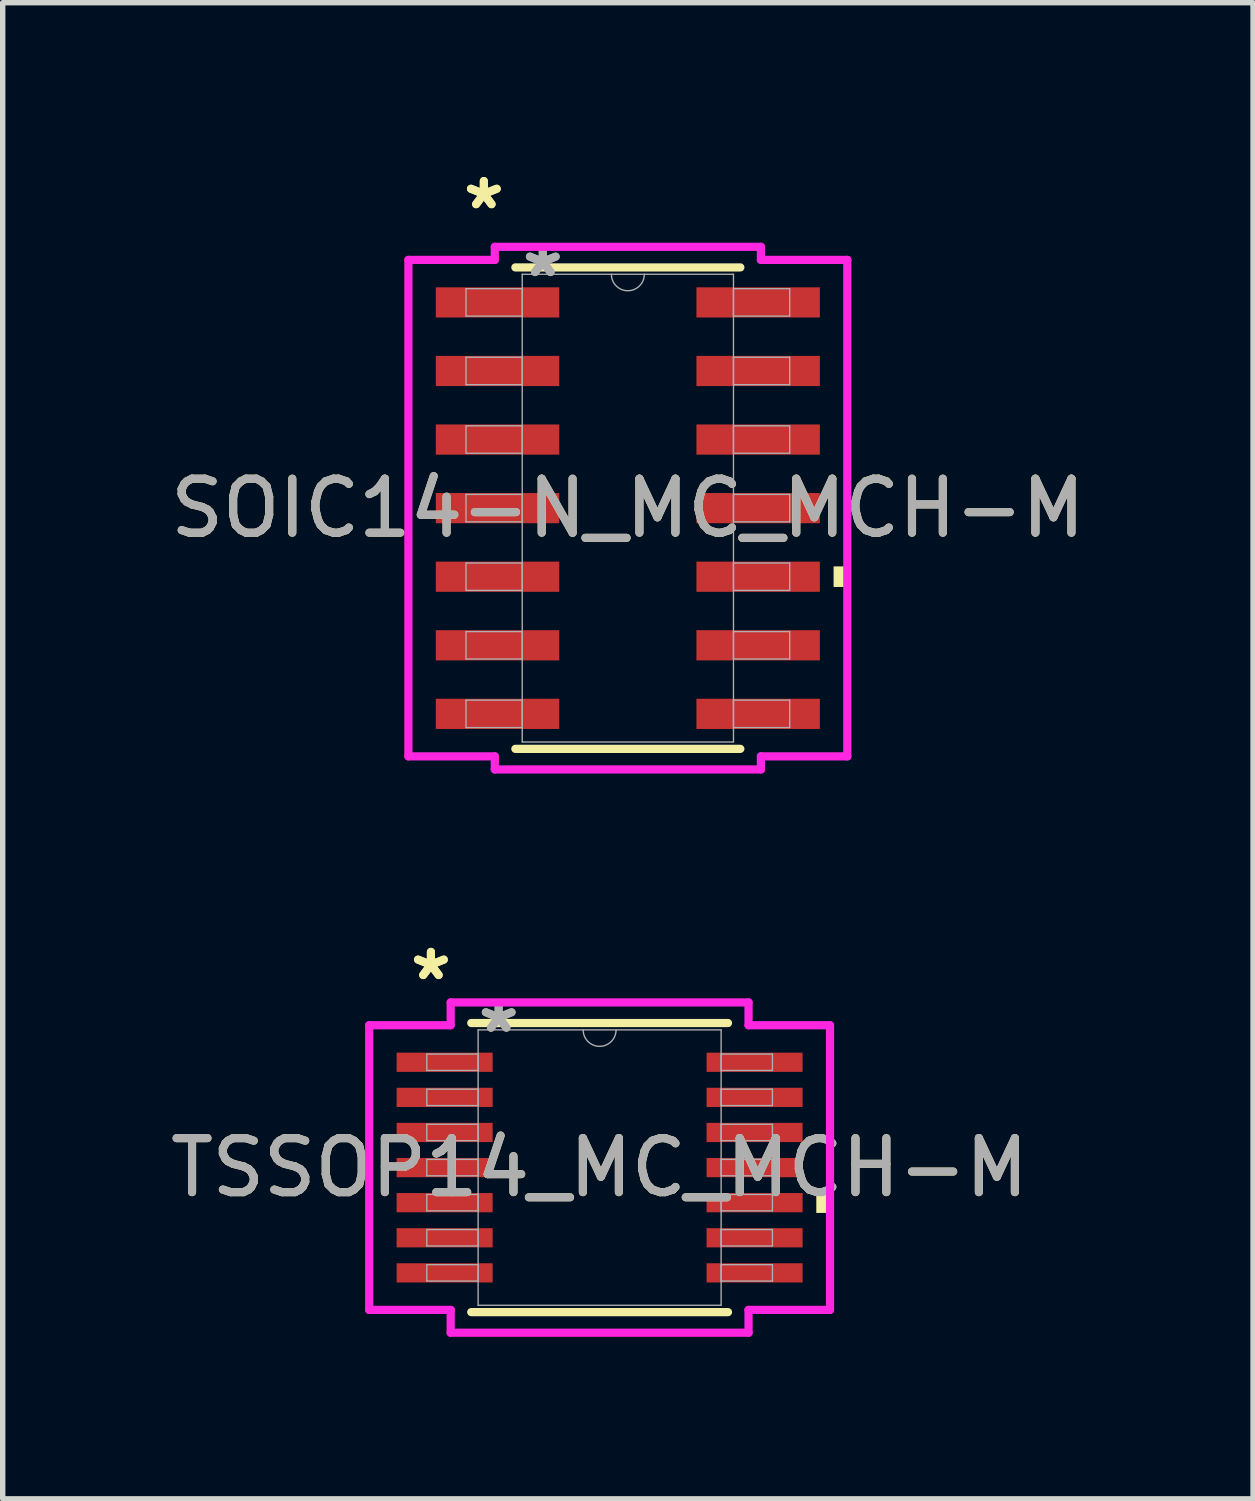
<source format=kicad_pcb>
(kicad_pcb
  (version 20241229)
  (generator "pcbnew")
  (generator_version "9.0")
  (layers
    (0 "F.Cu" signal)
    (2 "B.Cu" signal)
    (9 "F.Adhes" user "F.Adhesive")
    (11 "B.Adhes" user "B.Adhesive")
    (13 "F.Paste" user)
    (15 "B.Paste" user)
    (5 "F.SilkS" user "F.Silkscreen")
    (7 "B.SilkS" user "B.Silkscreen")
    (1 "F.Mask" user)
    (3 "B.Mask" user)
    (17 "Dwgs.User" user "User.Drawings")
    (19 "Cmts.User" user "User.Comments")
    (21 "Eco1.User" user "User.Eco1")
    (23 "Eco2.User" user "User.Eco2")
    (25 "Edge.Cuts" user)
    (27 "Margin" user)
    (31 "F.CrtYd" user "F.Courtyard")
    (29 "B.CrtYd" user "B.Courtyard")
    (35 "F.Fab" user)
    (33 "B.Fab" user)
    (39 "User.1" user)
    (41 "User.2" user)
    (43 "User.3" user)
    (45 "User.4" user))
  (footprint "TSSOP14_MC_MCH-M"
    (layer "F.Cu")
    (at 8.054 18.572)
    (property "Reference" "TSSOP14_MC_MCH-M" (at 0 0 0) (unlocked yes) (layer "F.SilkS") (effects (font (size 1 1) (thickness 0.15))))
    (attr smd)
    (fp_line (start -2.377 2.677) (end 2.377 2.677) (stroke (width 0.152) (type solid)) (layer "F.SilkS"))
    (fp_line (start 2.377 -2.677) (end -2.377 -2.677) (stroke (width 0.152) (type solid)) (layer "F.SilkS"))
    (fp_poly (pts (xy 4.267 0.459) (xy 4.267 0.84) (xy 4.013 0.84) (xy 4.013 0.459)) (stroke (width 0) (type solid)) (fill yes) (layer "F.SilkS"))
    (fp_line (start -4.267 -2.636) (end -2.758 -2.636) (stroke (width 0.152) (type solid)) (layer "F.CrtYd"))
    (fp_line (start -4.267 2.636) (end -4.267 -2.636) (stroke (width 0.152) (type solid)) (layer "F.CrtYd"))
    (fp_line (start -4.267 2.636) (end -2.758 2.636) (stroke (width 0.152) (type solid)) (layer "F.CrtYd"))
    (fp_line (start -2.758 -3.058) (end 2.758 -3.058) (stroke (width 0.152) (type solid)) (layer "F.CrtYd"))
    (fp_line (start -2.758 -2.636) (end -2.758 -3.058) (stroke (width 0.152) (type solid)) (layer "F.CrtYd"))
    (fp_line (start -2.758 3.058) (end -2.758 2.636) (stroke (width 0.152) (type solid)) (layer "F.CrtYd"))
    (fp_line (start 2.758 -3.058) (end 2.758 -2.636) (stroke (width 0.152) (type solid)) (layer "F.CrtYd"))
    (fp_line (start 2.758 2.636) (end 2.758 3.058) (stroke (width 0.152) (type solid)) (layer "F.CrtYd"))
    (fp_line (start 2.758 3.058) (end -2.758 3.058) (stroke (width 0.152) (type solid)) (layer "F.CrtYd"))
    (fp_line (start 4.267 -2.636) (end 2.758 -2.636) (stroke (width 0.152) (type solid)) (layer "F.CrtYd"))
    (fp_line (start 4.267 -2.636) (end 4.267 2.636) (stroke (width 0.152) (type solid)) (layer "F.CrtYd"))
    (fp_line (start 4.267 2.636) (end 2.758 2.636) (stroke (width 0.152) (type solid)) (layer "F.CrtYd"))
    (fp_line (start -3.2 -2.102) (end -3.2 -1.798) (stroke (width 0.025) (type solid)) (layer "F.Fab"))
    (fp_line (start -3.2 -1.798) (end -2.25 -1.798) (stroke (width 0.025) (type solid)) (layer "F.Fab"))
    (fp_line (start -3.2 -1.452) (end -3.2 -1.148) (stroke (width 0.025) (type solid)) (layer "F.Fab"))
    (fp_line (start -3.2 -1.148) (end -2.25 -1.148) (stroke (width 0.025) (type solid)) (layer "F.Fab"))
    (fp_line (start -3.2 -0.802) (end -3.2 -0.498) (stroke (width 0.025) (type solid)) (layer "F.Fab"))
    (fp_line (start -3.2 -0.498) (end -2.25 -0.498) (stroke (width 0.025) (type solid)) (layer "F.Fab"))
    (fp_line (start -3.2 -0.152) (end -3.2 0.152) (stroke (width 0.025) (type solid)) (layer "F.Fab"))
    (fp_line (start -3.2 0.152) (end -2.25 0.152) (stroke (width 0.025) (type solid)) (layer "F.Fab"))
    (fp_line (start -3.2 0.498) (end -3.2 0.802) (stroke (width 0.025) (type solid)) (layer "F.Fab"))
    (fp_line (start -3.2 0.802) (end -2.25 0.802) (stroke (width 0.025) (type solid)) (layer "F.Fab"))
    (fp_line (start -3.2 1.148) (end -3.2 1.452) (stroke (width 0.025) (type solid)) (layer "F.Fab"))
    (fp_line (start -3.2 1.452) (end -2.25 1.452) (stroke (width 0.025) (type solid)) (layer "F.Fab"))
    (fp_line (start -3.2 1.798) (end -3.2 2.102) (stroke (width 0.025) (type solid)) (layer "F.Fab"))
    (fp_line (start -3.2 2.102) (end -2.25 2.102) (stroke (width 0.025) (type solid)) (layer "F.Fab"))
    (fp_line (start -2.25 -2.55) (end -2.25 2.55) (stroke (width 0.025) (type solid)) (layer "F.Fab"))
    (fp_line (start -2.25 -2.102) (end -3.2 -2.102) (stroke (width 0.025) (type solid)) (layer "F.Fab"))
    (fp_line (start -2.25 -1.798) (end -2.25 -2.102) (stroke (width 0.025) (type solid)) (layer "F.Fab"))
    (fp_line (start -2.25 -1.452) (end -3.2 -1.452) (stroke (width 0.025) (type solid)) (layer "F.Fab"))
    (fp_line (start -2.25 -1.148) (end -2.25 -1.452) (stroke (width 0.025) (type solid)) (layer "F.Fab"))
    (fp_line (start -2.25 -0.802) (end -3.2 -0.802) (stroke (width 0.025) (type solid)) (layer "F.Fab"))
    (fp_line (start -2.25 -0.498) (end -2.25 -0.802) (stroke (width 0.025) (type solid)) (layer "F.Fab"))
    (fp_line (start -2.25 -0.152) (end -3.2 -0.152) (stroke (width 0.025) (type solid)) (layer "F.Fab"))
    (fp_line (start -2.25 0.152) (end -2.25 -0.152) (stroke (width 0.025) (type solid)) (layer "F.Fab"))
    (fp_line (start -2.25 0.498) (end -3.2 0.498) (stroke (width 0.025) (type solid)) (layer "F.Fab"))
    (fp_line (start -2.25 0.802) (end -2.25 0.498) (stroke (width 0.025) (type solid)) (layer "F.Fab"))
    (fp_line (start -2.25 1.148) (end -3.2 1.148) (stroke (width 0.025) (type solid)) (layer "F.Fab"))
    (fp_line (start -2.25 1.452) (end -2.25 1.148) (stroke (width 0.025) (type solid)) (layer "F.Fab"))
    (fp_line (start -2.25 1.798) (end -3.2 1.798) (stroke (width 0.025) (type solid)) (layer "F.Fab"))
    (fp_line (start -2.25 2.102) (end -2.25 1.798) (stroke (width 0.025) (type solid)) (layer "F.Fab"))
    (fp_line (start -2.25 2.55) (end 2.25 2.55) (stroke (width 0.025) (type solid)) (layer "F.Fab"))
    (fp_line (start 2.25 -2.55) (end -2.25 -2.55) (stroke (width 0.025) (type solid)) (layer "F.Fab"))
    (fp_line (start 2.25 -2.102) (end 2.25 -1.798) (stroke (width 0.025) (type solid)) (layer "F.Fab"))
    (fp_line (start 2.25 -1.798) (end 3.2 -1.798) (stroke (width 0.025) (type solid)) (layer "F.Fab"))
    (fp_line (start 2.25 -1.452) (end 2.25 -1.148) (stroke (width 0.025) (type solid)) (layer "F.Fab"))
    (fp_line (start 2.25 -1.148) (end 3.2 -1.148) (stroke (width 0.025) (type solid)) (layer "F.Fab"))
    (fp_line (start 2.25 -0.802) (end 2.25 -0.498) (stroke (width 0.025) (type solid)) (layer "F.Fab"))
    (fp_line (start 2.25 -0.498) (end 3.2 -0.498) (stroke (width 0.025) (type solid)) (layer "F.Fab"))
    (fp_line (start 2.25 -0.152) (end 2.25 0.152) (stroke (width 0.025) (type solid)) (layer "F.Fab"))
    (fp_line (start 2.25 0.152) (end 3.2 0.152) (stroke (width 0.025) (type solid)) (layer "F.Fab"))
    (fp_line (start 2.25 0.498) (end 2.25 0.802) (stroke (width 0.025) (type solid)) (layer "F.Fab"))
    (fp_line (start 2.25 0.802) (end 3.2 0.802) (stroke (width 0.025) (type solid)) (layer "F.Fab"))
    (fp_line (start 2.25 1.148) (end 2.25 1.452) (stroke (width 0.025) (type solid)) (layer "F.Fab"))
    (fp_line (start 2.25 1.452) (end 3.2 1.452) (stroke (width 0.025) (type solid)) (layer "F.Fab"))
    (fp_line (start 2.25 1.798) (end 2.25 2.102) (stroke (width 0.025) (type solid)) (layer "F.Fab"))
    (fp_line (start 2.25 2.102) (end 3.2 2.102) (stroke (width 0.025) (type solid)) (layer "F.Fab"))
    (fp_line (start 2.25 2.55) (end 2.25 -2.55) (stroke (width 0.025) (type solid)) (layer "F.Fab"))
    (fp_line (start 3.2 -2.102) (end 2.25 -2.102) (stroke (width 0.025) (type solid)) (layer "F.Fab"))
    (fp_line (start 3.2 -1.798) (end 3.2 -2.102) (stroke (width 0.025) (type solid)) (layer "F.Fab"))
    (fp_line (start 3.2 -1.452) (end 2.25 -1.452) (stroke (width 0.025) (type solid)) (layer "F.Fab"))
    (fp_line (start 3.2 -1.148) (end 3.2 -1.452) (stroke (width 0.025) (type solid)) (layer "F.Fab"))
    (fp_line (start 3.2 -0.802) (end 2.25 -0.802) (stroke (width 0.025) (type solid)) (layer "F.Fab"))
    (fp_line (start 3.2 -0.498) (end 3.2 -0.802) (stroke (width 0.025) (type solid)) (layer "F.Fab"))
    (fp_line (start 3.2 -0.152) (end 2.25 -0.152) (stroke (width 0.025) (type solid)) (layer "F.Fab"))
    (fp_line (start 3.2 0.152) (end 3.2 -0.152) (stroke (width 0.025) (type solid)) (layer "F.Fab"))
    (fp_line (start 3.2 0.498) (end 2.25 0.498) (stroke (width 0.025) (type solid)) (layer "F.Fab"))
    (fp_line (start 3.2 0.802) (end 3.2 0.498) (stroke (width 0.025) (type solid)) (layer "F.Fab"))
    (fp_line (start 3.2 1.148) (end 2.25 1.148) (stroke (width 0.025) (type solid)) (layer "F.Fab"))
    (fp_line (start 3.2 1.452) (end 3.2 1.148) (stroke (width 0.025) (type solid)) (layer "F.Fab"))
    (fp_line (start 3.2 1.798) (end 2.25 1.798) (stroke (width 0.025) (type solid)) (layer "F.Fab"))
    (fp_line (start 3.2 2.102) (end 3.2 1.798) (stroke (width 0.025) (type solid)) (layer "F.Fab"))
    (fp_arc (start 0.3048 -2.55) (mid 0 -2.2452) (end -0.3048 -2.55) (stroke (width 0.0254) (type solid)) (layer "F.Fab"))
    (fp_text user "*" (at -3.124 -3.449 0) (unlocked yes) (layer "F.SilkS") (effects (font (size 1 1) (thickness 0.15))))
    (fp_text user "*" (at -3.124 -3.449 0) (layer "F.SilkS") (effects (font (size 1 1) (thickness 0.15))))
    (fp_text user "${REFERENCE}" (at 0 0 0) (unlocked yes) (layer "F.Fab") (effects (font (size 1 1) (thickness 0.15))))
    (fp_text user "*" (at -1.869 -2.474 0) (unlocked yes) (layer "F.Fab") (effects (font (size 1 1) (thickness 0.15))))
    (fp_text user "*" (at -1.869 -2.474 0) (layer "F.Fab") (effects (font (size 1 1) (thickness 0.15))))
    (pad "1" smd rect (at -2.87 -1.95) (size 1.778 0.356) (layers "F.Cu" "F.Mask" "F.Paste"))
    (pad "2" smd rect (at -2.87 -1.3) (size 1.778 0.356) (layers "F.Cu" "F.Mask" "F.Paste"))
    (pad "3" smd rect (at -2.87 -0.65) (size 1.778 0.356) (layers "F.Cu" "F.Mask" "F.Paste"))
    (pad "4" smd rect (at -2.87 0) (size 1.778 0.356) (layers "F.Cu" "F.Mask" "F.Paste"))
    (pad "5" smd rect (at -2.87 0.65) (size 1.778 0.356) (layers "F.Cu" "F.Mask" "F.Paste"))
    (pad "6" smd rect (at -2.87 1.3) (size 1.778 0.356) (layers "F.Cu" "F.Mask" "F.Paste"))
    (pad "7" smd rect (at -2.87 1.95) (size 1.778 0.356) (layers "F.Cu" "F.Mask" "F.Paste"))
    (pad "8" smd rect (at 2.87 1.95) (size 1.778 0.356) (layers "F.Cu" "F.Mask" "F.Paste"))
    (pad "9" smd rect (at 2.87 1.3) (size 1.778 0.356) (layers "F.Cu" "F.Mask" "F.Paste"))
    (pad "10" smd rect (at 2.87 0.65) (size 1.778 0.356) (layers "F.Cu" "F.Mask" "F.Paste"))
    (pad "11" smd rect (at 2.87 0) (size 1.778 0.356) (layers "F.Cu" "F.Mask" "F.Paste"))
    (pad "12" smd rect (at 2.87 -0.65) (size 1.778 0.356) (layers "F.Cu" "F.Mask" "F.Paste"))
    (pad "13" smd rect (at 2.87 -1.3) (size 1.778 0.356) (layers "F.Cu" "F.Mask" "F.Paste"))
    (pad "14" smd rect (at 2.87 -1.95) (size 1.778 0.356) (layers "F.Cu" "F.Mask" "F.Paste")))
  (footprint "SOIC14-N_MC_MCH-M"
    (layer "F.Cu")
    (at 8.577 6.36)
    (property "Reference" "SOIC14-N_MC_MCH-M" (at 0 0 0) (unlocked yes) (layer "F.SilkS") (effects (font (size 1 1) (thickness 0.15))))
    (attr smd)
    (fp_line (start -2.083 4.458) (end 2.083 4.458) (stroke (width 0.152) (type solid)) (layer "F.SilkS"))
    (fp_line (start 2.083 -4.458) (end -2.083 -4.458) (stroke (width 0.152) (type solid)) (layer "F.SilkS"))
    (fp_poly (pts (xy 4.064 1.079) (xy 4.064 1.46) (xy 3.81 1.46) (xy 3.81 1.079)) (stroke (width 0) (type solid)) (fill yes) (layer "F.SilkS"))
    (fp_line (start -4.064 -4.597) (end -2.464 -4.597) (stroke (width 0.152) (type solid)) (layer "F.CrtYd"))
    (fp_line (start -4.064 4.597) (end -4.064 -4.597) (stroke (width 0.152) (type solid)) (layer "F.CrtYd"))
    (fp_line (start -4.064 4.597) (end -2.464 4.597) (stroke (width 0.152) (type solid)) (layer "F.CrtYd"))
    (fp_line (start -2.464 -4.839) (end 2.464 -4.839) (stroke (width 0.152) (type solid)) (layer "F.CrtYd"))
    (fp_line (start -2.464 -4.597) (end -2.464 -4.839) (stroke (width 0.152) (type solid)) (layer "F.CrtYd"))
    (fp_line (start -2.464 4.839) (end -2.464 4.597) (stroke (width 0.152) (type solid)) (layer "F.CrtYd"))
    (fp_line (start 2.464 -4.839) (end 2.464 -4.597) (stroke (width 0.152) (type solid)) (layer "F.CrtYd"))
    (fp_line (start 2.464 4.597) (end 2.464 4.839) (stroke (width 0.152) (type solid)) (layer "F.CrtYd"))
    (fp_line (start 2.464 4.839) (end -2.464 4.839) (stroke (width 0.152) (type solid)) (layer "F.CrtYd"))
    (fp_line (start 4.064 -4.597) (end 2.464 -4.597) (stroke (width 0.152) (type solid)) (layer "F.CrtYd"))
    (fp_line (start 4.064 -4.597) (end 4.064 4.597) (stroke (width 0.152) (type solid)) (layer "F.CrtYd"))
    (fp_line (start 4.064 4.597) (end 2.464 4.597) (stroke (width 0.152) (type solid)) (layer "F.CrtYd"))
    (fp_line (start -2.997 -4.064) (end -2.997 -3.556) (stroke (width 0.025) (type solid)) (layer "F.Fab"))
    (fp_line (start -2.997 -3.556) (end -1.956 -3.556) (stroke (width 0.025) (type solid)) (layer "F.Fab"))
    (fp_line (start -2.997 -2.794) (end -2.997 -2.286) (stroke (width 0.025) (type solid)) (layer "F.Fab"))
    (fp_line (start -2.997 -2.286) (end -1.956 -2.286) (stroke (width 0.025) (type solid)) (layer "F.Fab"))
    (fp_line (start -2.997 -1.524) (end -2.997 -1.016) (stroke (width 0.025) (type solid)) (layer "F.Fab"))
    (fp_line (start -2.997 -1.016) (end -1.956 -1.016) (stroke (width 0.025) (type solid)) (layer "F.Fab"))
    (fp_line (start -2.997 -0.254) (end -2.997 0.254) (stroke (width 0.025) (type solid)) (layer "F.Fab"))
    (fp_line (start -2.997 0.254) (end -1.956 0.254) (stroke (width 0.025) (type solid)) (layer "F.Fab"))
    (fp_line (start -2.997 1.016) (end -2.997 1.524) (stroke (width 0.025) (type solid)) (layer "F.Fab"))
    (fp_line (start -2.997 1.524) (end -1.956 1.524) (stroke (width 0.025) (type solid)) (layer "F.Fab"))
    (fp_line (start -2.997 2.286) (end -2.997 2.794) (stroke (width 0.025) (type solid)) (layer "F.Fab"))
    (fp_line (start -2.997 2.794) (end -1.956 2.794) (stroke (width 0.025) (type solid)) (layer "F.Fab"))
    (fp_line (start -2.997 3.556) (end -2.997 4.064) (stroke (width 0.025) (type solid)) (layer "F.Fab"))
    (fp_line (start -2.997 4.064) (end -1.956 4.064) (stroke (width 0.025) (type solid)) (layer "F.Fab"))
    (fp_line (start -1.956 -4.331) (end -1.956 4.331) (stroke (width 0.025) (type solid)) (layer "F.Fab"))
    (fp_line (start -1.956 -4.064) (end -2.997 -4.064) (stroke (width 0.025) (type solid)) (layer "F.Fab"))
    (fp_line (start -1.956 -3.556) (end -1.956 -4.064) (stroke (width 0.025) (type solid)) (layer "F.Fab"))
    (fp_line (start -1.956 -2.794) (end -2.997 -2.794) (stroke (width 0.025) (type solid)) (layer "F.Fab"))
    (fp_line (start -1.956 -2.286) (end -1.956 -2.794) (stroke (width 0.025) (type solid)) (layer "F.Fab"))
    (fp_line (start -1.956 -1.524) (end -2.997 -1.524) (stroke (width 0.025) (type solid)) (layer "F.Fab"))
    (fp_line (start -1.956 -1.016) (end -1.956 -1.524) (stroke (width 0.025) (type solid)) (layer "F.Fab"))
    (fp_line (start -1.956 -0.254) (end -2.997 -0.254) (stroke (width 0.025) (type solid)) (layer "F.Fab"))
    (fp_line (start -1.956 0.254) (end -1.956 -0.254) (stroke (width 0.025) (type solid)) (layer "F.Fab"))
    (fp_line (start -1.956 1.016) (end -2.997 1.016) (stroke (width 0.025) (type solid)) (layer "F.Fab"))
    (fp_line (start -1.956 1.524) (end -1.956 1.016) (stroke (width 0.025) (type solid)) (layer "F.Fab"))
    (fp_line (start -1.956 2.286) (end -2.997 2.286) (stroke (width 0.025) (type solid)) (layer "F.Fab"))
    (fp_line (start -1.956 2.794) (end -1.956 2.286) (stroke (width 0.025) (type solid)) (layer "F.Fab"))
    (fp_line (start -1.956 3.556) (end -2.997 3.556) (stroke (width 0.025) (type solid)) (layer "F.Fab"))
    (fp_line (start -1.956 4.064) (end -1.956 3.556) (stroke (width 0.025) (type solid)) (layer "F.Fab"))
    (fp_line (start -1.956 4.331) (end 1.956 4.331) (stroke (width 0.025) (type solid)) (layer "F.Fab"))
    (fp_line (start 1.956 -4.331) (end -1.956 -4.331) (stroke (width 0.025) (type solid)) (layer "F.Fab"))
    (fp_line (start 1.956 -4.064) (end 1.956 -3.556) (stroke (width 0.025) (type solid)) (layer "F.Fab"))
    (fp_line (start 1.956 -3.556) (end 2.997 -3.556) (stroke (width 0.025) (type solid)) (layer "F.Fab"))
    (fp_line (start 1.956 -2.794) (end 1.956 -2.286) (stroke (width 0.025) (type solid)) (layer "F.Fab"))
    (fp_line (start 1.956 -2.286) (end 2.997 -2.286) (stroke (width 0.025) (type solid)) (layer "F.Fab"))
    (fp_line (start 1.956 -1.524) (end 1.956 -1.016) (stroke (width 0.025) (type solid)) (layer "F.Fab"))
    (fp_line (start 1.956 -1.016) (end 2.997 -1.016) (stroke (width 0.025) (type solid)) (layer "F.Fab"))
    (fp_line (start 1.956 -0.254) (end 1.956 0.254) (stroke (width 0.025) (type solid)) (layer "F.Fab"))
    (fp_line (start 1.956 0.254) (end 2.997 0.254) (stroke (width 0.025) (type solid)) (layer "F.Fab"))
    (fp_line (start 1.956 1.016) (end 1.956 1.524) (stroke (width 0.025) (type solid)) (layer "F.Fab"))
    (fp_line (start 1.956 1.524) (end 2.997 1.524) (stroke (width 0.025) (type solid)) (layer "F.Fab"))
    (fp_line (start 1.956 2.286) (end 1.956 2.794) (stroke (width 0.025) (type solid)) (layer "F.Fab"))
    (fp_line (start 1.956 2.794) (end 2.997 2.794) (stroke (width 0.025) (type solid)) (layer "F.Fab"))
    (fp_line (start 1.956 3.556) (end 1.956 4.064) (stroke (width 0.025) (type solid)) (layer "F.Fab"))
    (fp_line (start 1.956 4.064) (end 2.997 4.064) (stroke (width 0.025) (type solid)) (layer "F.Fab"))
    (fp_line (start 1.956 4.331) (end 1.956 -4.331) (stroke (width 0.025) (type solid)) (layer "F.Fab"))
    (fp_line (start 2.997 -4.064) (end 1.956 -4.064) (stroke (width 0.025) (type solid)) (layer "F.Fab"))
    (fp_line (start 2.997 -3.556) (end 2.997 -4.064) (stroke (width 0.025) (type solid)) (layer "F.Fab"))
    (fp_line (start 2.997 -2.794) (end 1.956 -2.794) (stroke (width 0.025) (type solid)) (layer "F.Fab"))
    (fp_line (start 2.997 -2.286) (end 2.997 -2.794) (stroke (width 0.025) (type solid)) (layer "F.Fab"))
    (fp_line (start 2.997 -1.524) (end 1.956 -1.524) (stroke (width 0.025) (type solid)) (layer "F.Fab"))
    (fp_line (start 2.997 -1.016) (end 2.997 -1.524) (stroke (width 0.025) (type solid)) (layer "F.Fab"))
    (fp_line (start 2.997 -0.254) (end 1.956 -0.254) (stroke (width 0.025) (type solid)) (layer "F.Fab"))
    (fp_line (start 2.997 0.254) (end 2.997 -0.254) (stroke (width 0.025) (type solid)) (layer "F.Fab"))
    (fp_line (start 2.997 1.016) (end 1.956 1.016) (stroke (width 0.025) (type solid)) (layer "F.Fab"))
    (fp_line (start 2.997 1.524) (end 2.997 1.016) (stroke (width 0.025) (type solid)) (layer "F.Fab"))
    (fp_line (start 2.997 2.286) (end 1.956 2.286) (stroke (width 0.025) (type solid)) (layer "F.Fab"))
    (fp_line (start 2.997 2.794) (end 2.997 2.286) (stroke (width 0.025) (type solid)) (layer "F.Fab"))
    (fp_line (start 2.997 3.556) (end 1.956 3.556) (stroke (width 0.025) (type solid)) (layer "F.Fab"))
    (fp_line (start 2.997 4.064) (end 2.997 3.556) (stroke (width 0.025) (type solid)) (layer "F.Fab"))
    (fp_arc (start 0.3048 -4.3307) (mid 0 -4.0259) (end -0.3048 -4.3307) (stroke (width 0.0254) (type solid)) (layer "F.Fab"))
    (fp_text user "*" (at -2.667 -5.512 0) (unlocked yes) (layer "F.SilkS") (effects (font (size 1 1) (thickness 0.15))))
    (fp_text user "*" (at -2.667 -5.512 0) (layer "F.SilkS") (effects (font (size 1 1) (thickness 0.15))))
    (fp_text user "${REFERENCE}" (at 0 0 0) (unlocked yes) (layer "F.Fab") (effects (font (size 1 1) (thickness 0.15))))
    (fp_text user "*" (at -1.575 -4.255 0) (layer "F.Fab") (effects (font (size 1 1) (thickness 0.15))))
    (fp_text user "*" (at -1.575 -4.255 0) (unlocked yes) (layer "F.Fab") (effects (font (size 1 1) (thickness 0.15))))
    (pad "1" smd rect (at -2.413 -3.81) (size 2.286 0.559) (layers "F.Cu" "F.Mask" "F.Paste"))
    (pad "2" smd rect (at -2.413 -2.54) (size 2.286 0.559) (layers "F.Cu" "F.Mask" "F.Paste"))
    (pad "3" smd rect (at -2.413 -1.27) (size 2.286 0.559) (layers "F.Cu" "F.Mask" "F.Paste"))
    (pad "4" smd rect (at -2.413 0) (size 2.286 0.559) (layers "F.Cu" "F.Mask" "F.Paste"))
    (pad "5" smd rect (at -2.413 1.27) (size 2.286 0.559) (layers "F.Cu" "F.Mask" "F.Paste"))
    (pad "6" smd rect (at -2.413 2.54) (size 2.286 0.559) (layers "F.Cu" "F.Mask" "F.Paste"))
    (pad "7" smd rect (at -2.413 3.81) (size 2.286 0.559) (layers "F.Cu" "F.Mask" "F.Paste"))
    (pad "8" smd rect (at 2.413 3.81) (size 2.286 0.559) (layers "F.Cu" "F.Mask" "F.Paste"))
    (pad "9" smd rect (at 2.413 2.54) (size 2.286 0.559) (layers "F.Cu" "F.Mask" "F.Paste"))
    (pad "10" smd rect (at 2.413 1.27) (size 2.286 0.559) (layers "F.Cu" "F.Mask" "F.Paste"))
    (pad "11" smd rect (at 2.413 0) (size 2.286 0.559) (layers "F.Cu" "F.Mask" "F.Paste"))
    (pad "12" smd rect (at 2.413 -1.27) (size 2.286 0.559) (layers "F.Cu" "F.Mask" "F.Paste"))
    (pad "13" smd rect (at 2.413 -2.54) (size 2.286 0.559) (layers "F.Cu" "F.Mask" "F.Paste"))
    (pad "14" smd rect (at 2.413 -3.81) (size 2.286 0.559) (layers "F.Cu" "F.Mask" "F.Paste")))
  (gr_rect
    (start -3 -3)
    (end 20.155 24.706)
    (stroke (width 0.1) (type default))
    (fill no)
    (layer "Edge.Cuts")))
</source>
